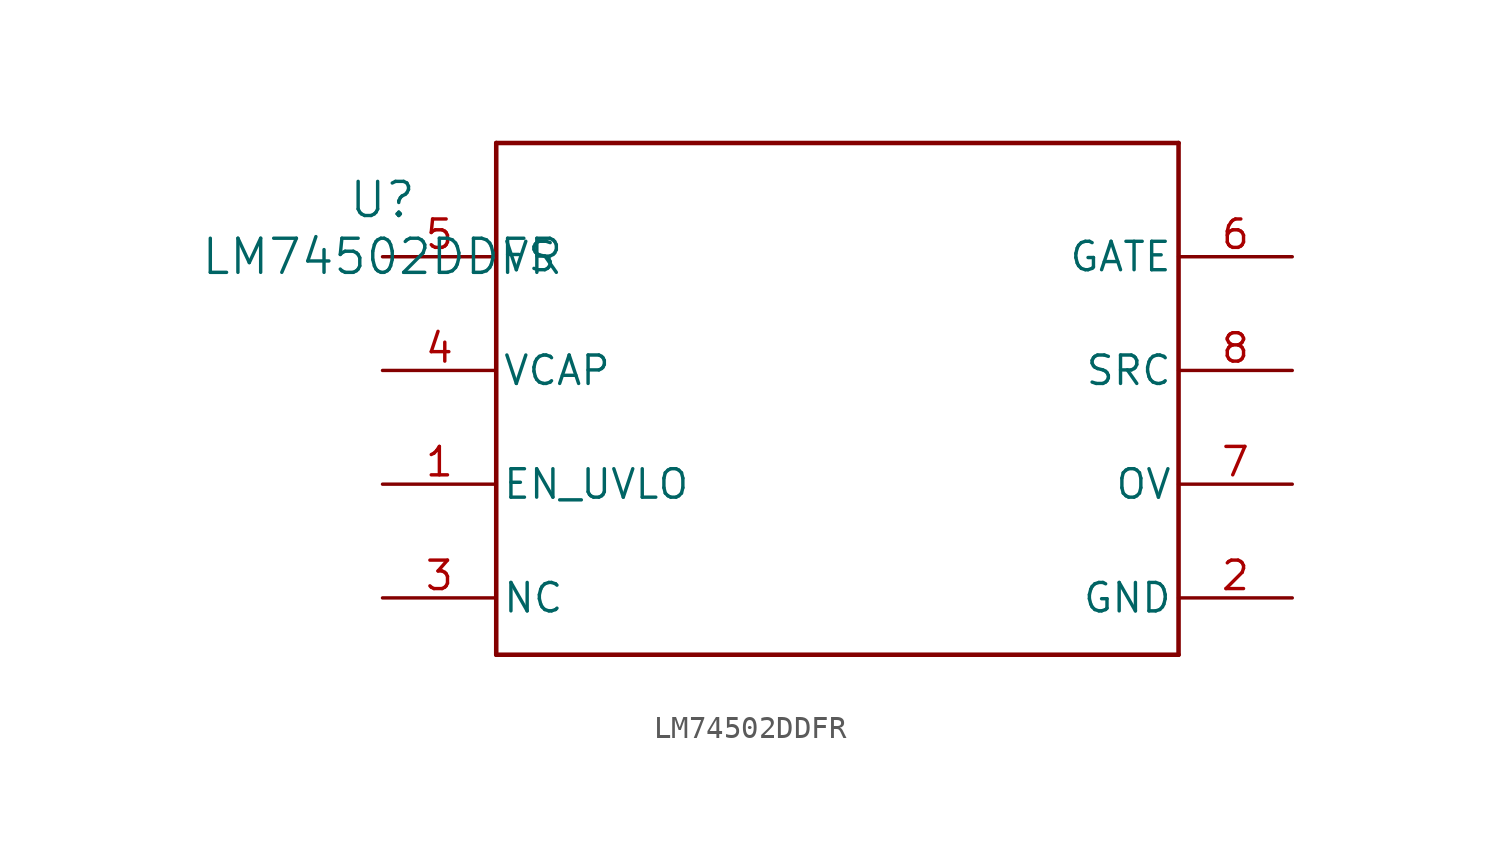
<source format=kicad_sym>
(kicad_symbol_lib
  (version 20211014)
  (generator kicad_symbol_editor)
  (symbol "LM74502DDFR"
    (pin_names
      (offset 0.254))
    (property "Reference" "U"
      (at 0 2.54 0)
      (effects (font (size 1.524 1.524))))
    (property "Value" "LM74502DDFR"
      (at 0 0 0)
      (effects (font (size 1.524 1.524))))
    (symbol "LM74502DDFR_0_1"
      (polyline (pts (xy 5.08 -17.78) (xy 35.56 -17.78)) (stroke (width 0.203) (type default) (color 0 0 0 0)) (fill (type none)))
      (polyline (pts (xy 35.56 -17.78) (xy 35.56 5.08)) (stroke (width 0.203) (type default) (color 0 0 0 0)) (fill (type none)))
      (polyline (pts (xy 35.56 5.08) (xy 5.08 5.08)) (stroke (width 0.203) (type default) (color 0 0 0 0)) (fill (type none)))
      (polyline (pts (xy 5.08 5.08) (xy 5.08 -17.78)) (stroke (width 0.203) (type default) (color 0 0 0 0)) (fill (type none)))
      (pin input line (at 0 -10.16 0) (length 5.08) (name "EN_UVLO" (effects (font (size 1.27 1.27)))) (number "1" (effects (font (size 1.27 1.27)))))
      (pin power_in line (at 40.64 -15.24 180) (length 5.08) (name "GND" (effects (font (size 1.27 1.27)))) (number "2" (effects (font (size 1.27 1.27)))))
      (pin unspecified line (at 0 -15.24 0) (length 5.08) (name "NC" (effects (font (size 1.27 1.27)))) (number "3" (effects (font (size 1.27 1.27)))))
      (pin unspecified line (at 0 -5.08 0) (length 5.08) (name "VCAP" (effects (font (size 1.27 1.27)))) (number "4" (effects (font (size 1.27 1.27)))))
      (pin power_in line (at 0 0 0) (length 5.08) (name "VS" (effects (font (size 1.27 1.27)))) (number "5" (effects (font (size 1.27 1.27)))))
      (pin unspecified line (at 40.64 0 180) (length 5.08) (name "GATE" (effects (font (size 1.27 1.27)))) (number "6" (effects (font (size 1.27 1.27)))))
      (pin unspecified line (at 40.64 -10.16 180) (length 5.08) (name "OV" (effects (font (size 1.27 1.27)))) (number "7" (effects (font (size 1.27 1.27)))))
      (pin unspecified line (at 40.64 -5.08 180) (length 5.08) (name "SRC" (effects (font (size 1.27 1.27)))) (number "8" (effects (font (size 1.27 1.27))))))))
</source>
